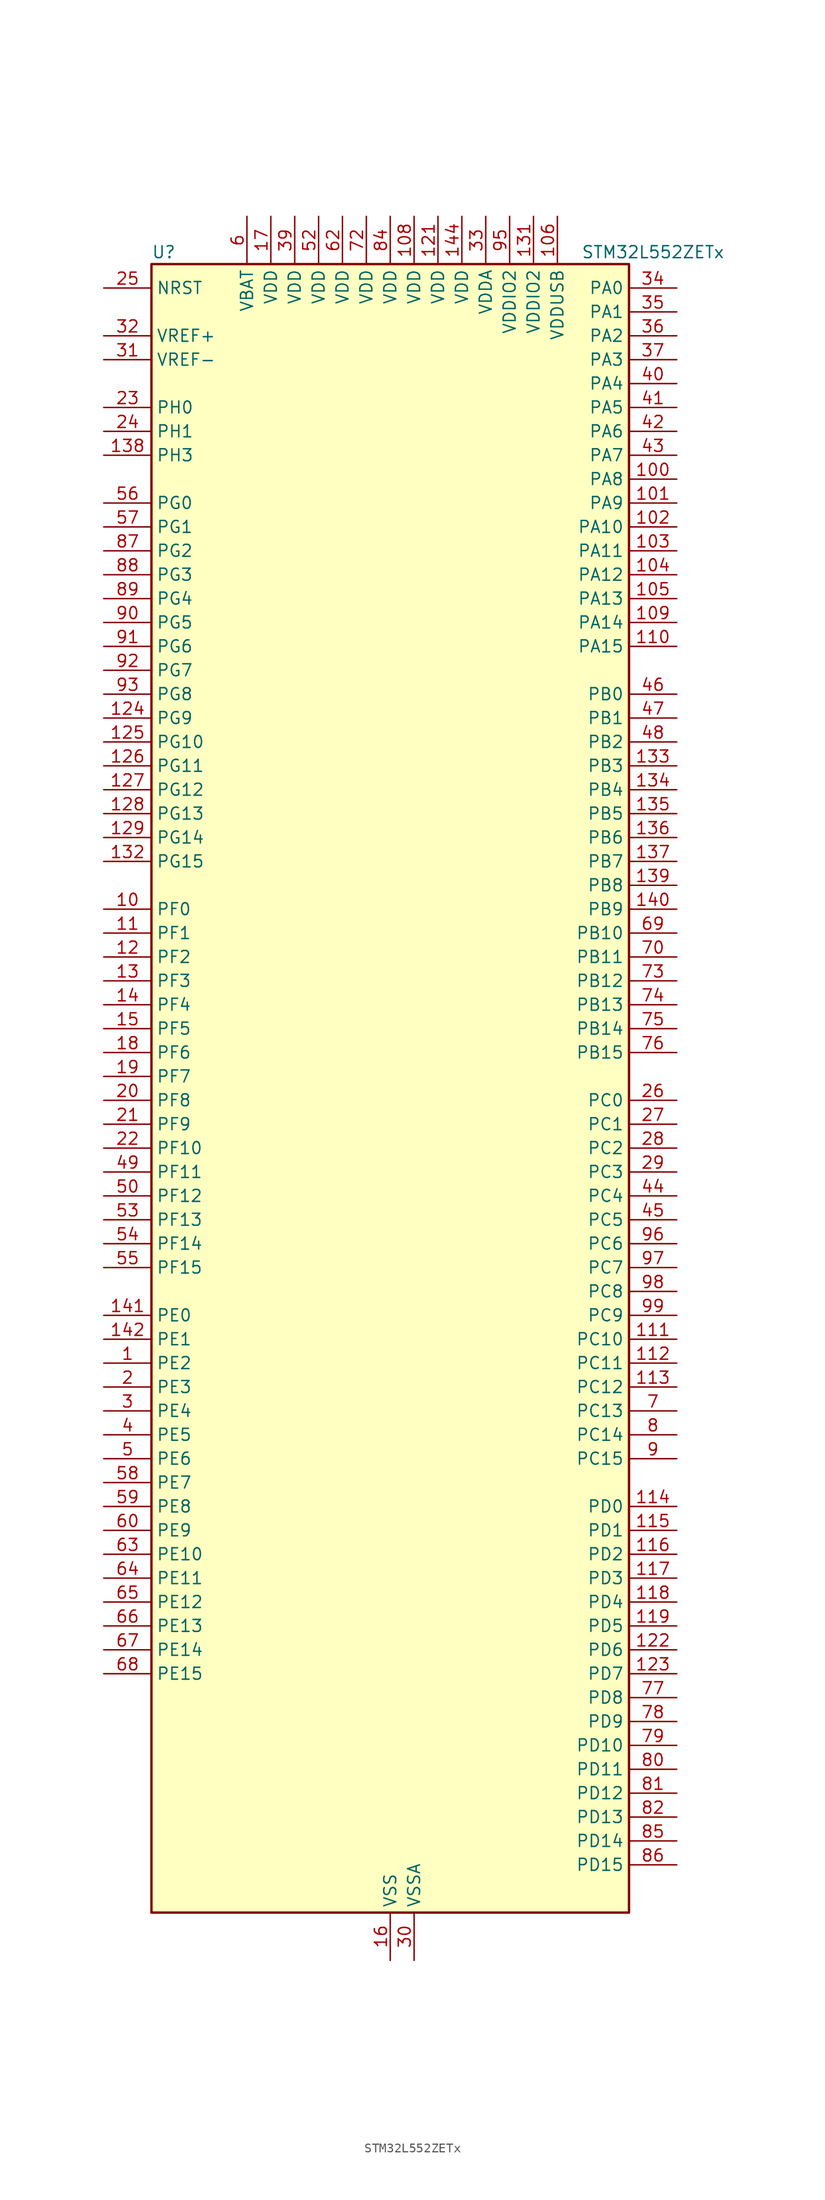
<source format=kicad_sym>
(kicad_symbol_lib
  (version 20231120)
  (generator "kicad_symbol_editor")
  (generator_version "8.0")
  (symbol "STM32L552ZETx"
    (property "Reference" "U"
      (at -25.4 90.17 0)
      (effects (font (size 1.27 1.27)) (justify left)))
    (property "Value" "STM32L552ZETx"
      (at 20.32 90.17 0)
      (effects (font (size 1.27 1.27)) (justify left)))
    (property "ki_locked" ""
      (at 0 0 0)
      (effects (font (size 1.27 1.27))))
    (symbol "STM32L552ZETx_0_1"
      (rectangle (start -25.4 -86.36) (end 25.4 88.9) (stroke (width 0.254) (type default)) (fill (type background))))
    (symbol "STM32L552ZETx_1_1"
      (pin bidirectional line (at -30.48 -27.94 0) (length 5.08) (name "PE2" (effects (font (size 1.27 1.27)))) (number "1" (effects (font (size 1.27 1.27)))) (alternate "DEBUG_TRACECLK" bidirectional line) (alternate "FMC_A23" bidirectional line) (alternate "SAI1_CK1" bidirectional line) (alternate "SAI1_MCLK_A" bidirectional line) (alternate "TIM3_ETR" bidirectional line) (alternate "TSC_G7_IO1" bidirectional line))
      (pin bidirectional line (at -30.48 20.32 0) (length 5.08) (name "PF0" (effects (font (size 1.27 1.27)))) (number "10" (effects (font (size 1.27 1.27)))) (alternate "FMC_A0" bidirectional line) (alternate "I2C2_SDA" bidirectional line))
      (pin bidirectional line (at 30.48 66.04 180) (length 5.08) (name "PA8" (effects (font (size 1.27 1.27)))) (number "100" (effects (font (size 1.27 1.27)))) (alternate "LPTIM2_OUT" bidirectional line) (alternate "RCC_MCO" bidirectional line) (alternate "SAI1_CK2" bidirectional line) (alternate "SAI1_SCK_A" bidirectional line) (alternate "TIM1_CH1" bidirectional line) (alternate "USART1_CK" bidirectional line))
      (pin bidirectional line (at 30.48 63.5 180) (length 5.08) (name "PA9" (effects (font (size 1.27 1.27)))) (number "101" (effects (font (size 1.27 1.27)))) (alternate "DAC1_EXTI9" bidirectional line) (alternate "SAI1_FS_A" bidirectional line) (alternate "SPI2_SCK" bidirectional line) (alternate "TIM15_BKIN" bidirectional line) (alternate "TIM1_CH2" bidirectional line) (alternate "USART1_TX" bidirectional line))
      (pin bidirectional line (at 30.48 60.96 180) (length 5.08) (name "PA10" (effects (font (size 1.27 1.27)))) (number "102" (effects (font (size 1.27 1.27)))) (alternate "CRS_SYNC" bidirectional line) (alternate "SAI1_D1" bidirectional line) (alternate "SAI1_SD_A" bidirectional line) (alternate "TIM17_BKIN" bidirectional line) (alternate "TIM1_CH3" bidirectional line) (alternate "USART1_RX" bidirectional line))
      (pin bidirectional line (at 30.48 58.42 180) (length 5.08) (name "PA11" (effects (font (size 1.27 1.27)))) (number "103" (effects (font (size 1.27 1.27)))) (alternate "ADC1_EXTI11" bidirectional line) (alternate "ADC2_EXTI11" bidirectional line) (alternate "FDCAN1_RX" bidirectional line) (alternate "SPI1_MISO" bidirectional line) (alternate "TIM1_BKIN2" bidirectional line) (alternate "TIM1_CH4" bidirectional line) (alternate "USART1_CTS" bidirectional line) (alternate "USART1_NSS" bidirectional line) (alternate "USB_DM" bidirectional line))
      (pin bidirectional line (at 30.48 55.88 180) (length 5.08) (name "PA12" (effects (font (size 1.27 1.27)))) (number "104" (effects (font (size 1.27 1.27)))) (alternate "FDCAN1_TX" bidirectional line) (alternate "SPI1_MOSI" bidirectional line) (alternate "TIM1_ETR" bidirectional line) (alternate "USART1_DE" bidirectional line) (alternate "USART1_RTS" bidirectional line) (alternate "USB_DP" bidirectional line))
      (pin bidirectional line (at 30.48 53.34 180) (length 5.08) (name "PA13" (effects (font (size 1.27 1.27)))) (number "105" (effects (font (size 1.27 1.27)))) (alternate "DEBUG_JTMS-SWDIO" bidirectional line) (alternate "IR_OUT" bidirectional line) (alternate "SAI1_SD_B" bidirectional line) (alternate "USB_NOE" bidirectional line))
      (pin power_in line (at 17.78 93.98 270) (length 5.08) (name "VDDUSB" (effects (font (size 1.27 1.27)))) (number "106" (effects (font (size 1.27 1.27)))))
      (pin passive line (at 0 -91.44 90) (length 5.08) hide (name "VSS" (effects (font (size 1.27 1.27)))) (number "107" (effects (font (size 1.27 1.27)))))
      (pin power_in line (at 2.54 93.98 270) (length 5.08) (name "VDD" (effects (font (size 1.27 1.27)))) (number "108" (effects (font (size 1.27 1.27)))))
      (pin bidirectional line (at 30.48 50.8 180) (length 5.08) (name "PA14" (effects (font (size 1.27 1.27)))) (number "109" (effects (font (size 1.27 1.27)))) (alternate "DEBUG_JTCK-SWCLK" bidirectional line) (alternate "I2C1_SMBA" bidirectional line) (alternate "I2C4_SMBA" bidirectional line) (alternate "LPTIM1_OUT" bidirectional line) (alternate "SAI1_FS_B" bidirectional line))
      (pin bidirectional line (at -30.48 17.78 0) (length 5.08) (name "PF1" (effects (font (size 1.27 1.27)))) (number "11" (effects (font (size 1.27 1.27)))) (alternate "FMC_A1" bidirectional line) (alternate "I2C2_SCL" bidirectional line))
      (pin bidirectional line (at 30.48 48.26 180) (length 5.08) (name "PA15" (effects (font (size 1.27 1.27)))) (number "110" (effects (font (size 1.27 1.27)))) (alternate "ADC1_EXTI15" bidirectional line) (alternate "ADC2_EXTI15" bidirectional line) (alternate "DEBUG_JTDI" bidirectional line) (alternate "SAI2_FS_B" bidirectional line) (alternate "SPI1_NSS" bidirectional line) (alternate "SPI3_NSS" bidirectional line) (alternate "TIM2_CH1" bidirectional line) (alternate "TIM2_ETR" bidirectional line) (alternate "UART4_DE" bidirectional line) (alternate "UART4_RTS" bidirectional line) (alternate "UCPD1_CC1" bidirectional line) (alternate "USART2_RX" bidirectional line) (alternate "USART3_DE" bidirectional line) (alternate "USART3_RTS" bidirectional line))
      (pin bidirectional line (at 30.48 -25.4 180) (length 5.08) (name "PC10" (effects (font (size 1.27 1.27)))) (number "111" (effects (font (size 1.27 1.27)))) (alternate "DEBUG_TRACED1" bidirectional line) (alternate "LPTIM3_ETR" bidirectional line) (alternate "SAI2_SCK_B" bidirectional line) (alternate "SDMMC1_D2" bidirectional line) (alternate "SPI3_SCK" bidirectional line) (alternate "TSC_G3_IO2" bidirectional line) (alternate "UART4_TX" bidirectional line) (alternate "USART3_TX" bidirectional line))
      (pin bidirectional line (at 30.48 -27.94 180) (length 5.08) (name "PC11" (effects (font (size 1.27 1.27)))) (number "112" (effects (font (size 1.27 1.27)))) (alternate "ADC1_EXTI11" bidirectional line) (alternate "ADC2_EXTI11" bidirectional line) (alternate "LPTIM3_IN1" bidirectional line) (alternate "OCTOSPI1_NCS" bidirectional line) (alternate "SAI2_MCLK_B" bidirectional line) (alternate "SDMMC1_D3" bidirectional line) (alternate "SPI3_MISO" bidirectional line) (alternate "TSC_G3_IO3" bidirectional line) (alternate "UART4_RX" bidirectional line) (alternate "UCPD1_FRSTX2" bidirectional line) (alternate "USART3_RX" bidirectional line))
      (pin bidirectional line (at 30.48 -30.48 180) (length 5.08) (name "PC12" (effects (font (size 1.27 1.27)))) (number "113" (effects (font (size 1.27 1.27)))) (alternate "DEBUG_TRACED3" bidirectional line) (alternate "SAI2_SD_B" bidirectional line) (alternate "SDMMC1_CK" bidirectional line) (alternate "SPI3_MOSI" bidirectional line) (alternate "TSC_G3_IO4" bidirectional line) (alternate "UART5_TX" bidirectional line) (alternate "USART3_CK" bidirectional line))
      (pin bidirectional line (at 30.48 -43.18 180) (length 5.08) (name "PD0" (effects (font (size 1.27 1.27)))) (number "114" (effects (font (size 1.27 1.27)))) (alternate "FDCAN1_RX" bidirectional line) (alternate "FMC_D2" bidirectional line) (alternate "FMC_DA2" bidirectional line) (alternate "SPI2_NSS" bidirectional line))
      (pin bidirectional line (at 30.48 -45.72 180) (length 5.08) (name "PD1" (effects (font (size 1.27 1.27)))) (number "115" (effects (font (size 1.27 1.27)))) (alternate "FDCAN1_TX" bidirectional line) (alternate "FMC_D3" bidirectional line) (alternate "FMC_DA3" bidirectional line) (alternate "SPI2_SCK" bidirectional line))
      (pin bidirectional line (at 30.48 -48.26 180) (length 5.08) (name "PD2" (effects (font (size 1.27 1.27)))) (number "116" (effects (font (size 1.27 1.27)))) (alternate "DEBUG_TRACED2" bidirectional line) (alternate "SDMMC1_CMD" bidirectional line) (alternate "TIM3_ETR" bidirectional line) (alternate "TSC_SYNC" bidirectional line) (alternate "UART5_RX" bidirectional line) (alternate "USART3_DE" bidirectional line) (alternate "USART3_RTS" bidirectional line))
      (pin bidirectional line (at 30.48 -50.8 180) (length 5.08) (name "PD3" (effects (font (size 1.27 1.27)))) (number "117" (effects (font (size 1.27 1.27)))) (alternate "DFSDM1_DATIN0" bidirectional line) (alternate "FMC_CLK" bidirectional line) (alternate "SPI2_MISO" bidirectional line) (alternate "SPI2_SCK" bidirectional line) (alternate "USART2_CTS" bidirectional line) (alternate "USART2_NSS" bidirectional line))
      (pin bidirectional line (at 30.48 -53.34 180) (length 5.08) (name "PD4" (effects (font (size 1.27 1.27)))) (number "118" (effects (font (size 1.27 1.27)))) (alternate "DFSDM1_CKIN0" bidirectional line) (alternate "FMC_NOE" bidirectional line) (alternate "OCTOSPI1_IO4" bidirectional line) (alternate "SPI2_MOSI" bidirectional line) (alternate "USART2_DE" bidirectional line) (alternate "USART2_RTS" bidirectional line))
      (pin bidirectional line (at 30.48 -55.88 180) (length 5.08) (name "PD5" (effects (font (size 1.27 1.27)))) (number "119" (effects (font (size 1.27 1.27)))) (alternate "FMC_NWE" bidirectional line) (alternate "OCTOSPI1_IO5" bidirectional line) (alternate "USART2_TX" bidirectional line))
      (pin bidirectional line (at -30.48 15.24 0) (length 5.08) (name "PF2" (effects (font (size 1.27 1.27)))) (number "12" (effects (font (size 1.27 1.27)))) (alternate "FMC_A2" bidirectional line) (alternate "I2C2_SMBA" bidirectional line))
      (pin passive line (at 0 -91.44 90) (length 5.08) hide (name "VSS" (effects (font (size 1.27 1.27)))) (number "120" (effects (font (size 1.27 1.27)))))
      (pin power_in line (at 5.08 93.98 270) (length 5.08) (name "VDD" (effects (font (size 1.27 1.27)))) (number "121" (effects (font (size 1.27 1.27)))))
      (pin bidirectional line (at 30.48 -58.42 180) (length 5.08) (name "PD6" (effects (font (size 1.27 1.27)))) (number "122" (effects (font (size 1.27 1.27)))) (alternate "DFSDM1_DATIN1" bidirectional line) (alternate "FMC_NWAIT" bidirectional line) (alternate "OCTOSPI1_IO6" bidirectional line) (alternate "SAI1_D1" bidirectional line) (alternate "SAI1_SD_A" bidirectional line) (alternate "SPI3_MOSI" bidirectional line) (alternate "USART2_RX" bidirectional line))
      (pin bidirectional line (at 30.48 -60.96 180) (length 5.08) (name "PD7" (effects (font (size 1.27 1.27)))) (number "123" (effects (font (size 1.27 1.27)))) (alternate "DFSDM1_CKIN1" bidirectional line) (alternate "FMC_NCE" bidirectional line) (alternate "FMC_NE1" bidirectional line) (alternate "OCTOSPI1_IO7" bidirectional line) (alternate "USART2_CK" bidirectional line))
      (pin bidirectional line (at -30.48 40.64 0) (length 5.08) (name "PG9" (effects (font (size 1.27 1.27)))) (number "124" (effects (font (size 1.27 1.27)))) (alternate "DAC1_EXTI9" bidirectional line) (alternate "FMC_NCE" bidirectional line) (alternate "FMC_NE2" bidirectional line) (alternate "SAI2_SCK_A" bidirectional line) (alternate "SPI3_SCK" bidirectional line) (alternate "TIM15_CH1N" bidirectional line) (alternate "USART1_TX" bidirectional line))
      (pin bidirectional line (at -30.48 38.1 0) (length 5.08) (name "PG10" (effects (font (size 1.27 1.27)))) (number "125" (effects (font (size 1.27 1.27)))) (alternate "FMC_NE3" bidirectional line) (alternate "LPTIM1_IN1" bidirectional line) (alternate "SAI2_FS_A" bidirectional line) (alternate "SPI3_MISO" bidirectional line) (alternate "TIM15_CH1" bidirectional line) (alternate "USART1_RX" bidirectional line))
      (pin bidirectional line (at -30.48 35.56 0) (length 5.08) (name "PG11" (effects (font (size 1.27 1.27)))) (number "126" (effects (font (size 1.27 1.27)))) (alternate "ADC1_EXTI11" bidirectional line) (alternate "ADC2_EXTI11" bidirectional line) (alternate "LPTIM1_IN2" bidirectional line) (alternate "OCTOSPI1_IO5" bidirectional line) (alternate "SAI2_MCLK_A" bidirectional line) (alternate "SPI3_MOSI" bidirectional line) (alternate "TIM15_CH2" bidirectional line) (alternate "USART1_CTS" bidirectional line) (alternate "USART1_NSS" bidirectional line))
      (pin bidirectional line (at -30.48 33.02 0) (length 5.08) (name "PG12" (effects (font (size 1.27 1.27)))) (number "127" (effects (font (size 1.27 1.27)))) (alternate "FMC_NE4" bidirectional line) (alternate "LPTIM1_ETR" bidirectional line) (alternate "SAI2_SD_A" bidirectional line) (alternate "SPI3_NSS" bidirectional line) (alternate "USART1_DE" bidirectional line) (alternate "USART1_RTS" bidirectional line))
      (pin bidirectional line (at -30.48 30.48 0) (length 5.08) (name "PG13" (effects (font (size 1.27 1.27)))) (number "128" (effects (font (size 1.27 1.27)))) (alternate "FMC_A24" bidirectional line) (alternate "I2C1_SDA" bidirectional line) (alternate "USART1_CK" bidirectional line))
      (pin bidirectional line (at -30.48 27.94 0) (length 5.08) (name "PG14" (effects (font (size 1.27 1.27)))) (number "129" (effects (font (size 1.27 1.27)))) (alternate "FMC_A25" bidirectional line) (alternate "I2C1_SCL" bidirectional line))
      (pin bidirectional line (at -30.48 12.7 0) (length 5.08) (name "PF3" (effects (font (size 1.27 1.27)))) (number "13" (effects (font (size 1.27 1.27)))) (alternate "FMC_A3" bidirectional line) (alternate "LPTIM3_IN1" bidirectional line))
      (pin passive line (at 0 -91.44 90) (length 5.08) hide (name "VSS" (effects (font (size 1.27 1.27)))) (number "130" (effects (font (size 1.27 1.27)))))
      (pin power_in line (at 15.24 93.98 270) (length 5.08) (name "VDDIO2" (effects (font (size 1.27 1.27)))) (number "131" (effects (font (size 1.27 1.27)))))
      (pin bidirectional line (at -30.48 25.4 0) (length 5.08) (name "PG15" (effects (font (size 1.27 1.27)))) (number "132" (effects (font (size 1.27 1.27)))) (alternate "ADC1_EXTI15" bidirectional line) (alternate "ADC2_EXTI15" bidirectional line) (alternate "I2C1_SMBA" bidirectional line) (alternate "LPTIM1_OUT" bidirectional line))
      (pin bidirectional line (at 30.48 35.56 180) (length 5.08) (name "PB3" (effects (font (size 1.27 1.27)))) (number "133" (effects (font (size 1.27 1.27)))) (alternate "COMP2_INM" bidirectional line) (alternate "CRS_SYNC" bidirectional line) (alternate "DEBUG_JTDO-SWO" bidirectional line) (alternate "SAI1_SCK_B" bidirectional line) (alternate "SPI1_SCK" bidirectional line) (alternate "SPI3_SCK" bidirectional line) (alternate "TIM2_CH2" bidirectional line) (alternate "USART1_DE" bidirectional line) (alternate "USART1_RTS" bidirectional line))
      (pin bidirectional line (at 30.48 33.02 180) (length 5.08) (name "PB4" (effects (font (size 1.27 1.27)))) (number "134" (effects (font (size 1.27 1.27)))) (alternate "COMP2_INP" bidirectional line) (alternate "DEBUG_JTRST" bidirectional line) (alternate "I2C3_SDA" bidirectional line) (alternate "SAI1_MCLK_B" bidirectional line) (alternate "SPI1_MISO" bidirectional line) (alternate "SPI3_MISO" bidirectional line) (alternate "TIM17_BKIN" bidirectional line) (alternate "TIM3_CH1" bidirectional line) (alternate "TSC_G2_IO1" bidirectional line) (alternate "UART5_DE" bidirectional line) (alternate "UART5_RTS" bidirectional line) (alternate "USART1_CTS" bidirectional line) (alternate "USART1_NSS" bidirectional line))
      (pin bidirectional line (at 30.48 30.48 180) (length 5.08) (name "PB5" (effects (font (size 1.27 1.27)))) (number "135" (effects (font (size 1.27 1.27)))) (alternate "COMP2_OUT" bidirectional line) (alternate "I2C1_SMBA" bidirectional line) (alternate "LPTIM1_IN1" bidirectional line) (alternate "OCTOSPI1_NCLK" bidirectional line) (alternate "SAI1_SD_B" bidirectional line) (alternate "SPI1_MOSI" bidirectional line) (alternate "SPI3_MOSI" bidirectional line) (alternate "TIM16_BKIN" bidirectional line) (alternate "TIM3_CH2" bidirectional line) (alternate "TSC_G2_IO2" bidirectional line) (alternate "UART5_CTS" bidirectional line) (alternate "UCPD1_DBCC1" bidirectional line) (alternate "USART1_CK" bidirectional line))
      (pin bidirectional line (at 30.48 27.94 180) (length 5.08) (name "PB6" (effects (font (size 1.27 1.27)))) (number "136" (effects (font (size 1.27 1.27)))) (alternate "COMP2_INP" bidirectional line) (alternate "I2C1_SCL" bidirectional line) (alternate "I2C4_SCL" bidirectional line) (alternate "LPTIM1_ETR" bidirectional line) (alternate "SAI1_FS_B" bidirectional line) (alternate "TIM16_CH1N" bidirectional line) (alternate "TIM4_CH1" bidirectional line) (alternate "TIM8_BKIN2" bidirectional line) (alternate "TSC_G2_IO3" bidirectional line) (alternate "USART1_TX" bidirectional line))
      (pin bidirectional line (at 30.48 25.4 180) (length 5.08) (name "PB7" (effects (font (size 1.27 1.27)))) (number "137" (effects (font (size 1.27 1.27)))) (alternate "COMP2_INM" bidirectional line) (alternate "FMC_NL" bidirectional line) (alternate "I2C1_SDA" bidirectional line) (alternate "I2C4_SDA" bidirectional line) (alternate "LPTIM1_IN2" bidirectional line) (alternate "PWR_PVD_IN" bidirectional line) (alternate "TIM17_CH1N" bidirectional line) (alternate "TIM4_CH2" bidirectional line) (alternate "TIM8_BKIN" bidirectional line) (alternate "TSC_G2_IO4" bidirectional line) (alternate "UART4_CTS" bidirectional line) (alternate "USART1_RX" bidirectional line))
      (pin bidirectional line (at -30.48 68.58 0) (length 5.08) (name "PH3" (effects (font (size 1.27 1.27)))) (number "138" (effects (font (size 1.27 1.27)))))
      (pin bidirectional line (at 30.48 22.86 180) (length 5.08) (name "PB8" (effects (font (size 1.27 1.27)))) (number "139" (effects (font (size 1.27 1.27)))) (alternate "DFSDM1_CKOUT" bidirectional line) (alternate "FDCAN1_RX" bidirectional line) (alternate "I2C1_SCL" bidirectional line) (alternate "SAI1_CK1" bidirectional line) (alternate "SAI1_MCLK_A" bidirectional line) (alternate "SDMMC1_CKIN" bidirectional line) (alternate "SDMMC1_D4" bidirectional line) (alternate "TIM16_CH1" bidirectional line) (alternate "TIM4_CH3" bidirectional line))
      (pin bidirectional line (at -30.48 10.16 0) (length 5.08) (name "PF4" (effects (font (size 1.27 1.27)))) (number "14" (effects (font (size 1.27 1.27)))) (alternate "FMC_A4" bidirectional line) (alternate "LPTIM3_ETR" bidirectional line))
      (pin bidirectional line (at 30.48 20.32 180) (length 5.08) (name "PB9" (effects (font (size 1.27 1.27)))) (number "140" (effects (font (size 1.27 1.27)))) (alternate "DAC1_EXTI9" bidirectional line) (alternate "FDCAN1_TX" bidirectional line) (alternate "I2C1_SDA" bidirectional line) (alternate "IR_OUT" bidirectional line) (alternate "SAI1_D2" bidirectional line) (alternate "SAI1_FS_A" bidirectional line) (alternate "SDMMC1_CDIR" bidirectional line) (alternate "SDMMC1_D5" bidirectional line) (alternate "SPI2_NSS" bidirectional line) (alternate "TIM17_CH1" bidirectional line) (alternate "TIM4_CH4" bidirectional line))
      (pin bidirectional line (at -30.48 -22.86 0) (length 5.08) (name "PE0" (effects (font (size 1.27 1.27)))) (number "141" (effects (font (size 1.27 1.27)))) (alternate "FMC_NBL0" bidirectional line) (alternate "TIM16_CH1" bidirectional line) (alternate "TIM4_ETR" bidirectional line))
      (pin bidirectional line (at -30.48 -25.4 0) (length 5.08) (name "PE1" (effects (font (size 1.27 1.27)))) (number "142" (effects (font (size 1.27 1.27)))) (alternate "FMC_NBL1" bidirectional line) (alternate "TIM17_CH1" bidirectional line))
      (pin passive line (at 0 -91.44 90) (length 5.08) hide (name "VSS" (effects (font (size 1.27 1.27)))) (number "143" (effects (font (size 1.27 1.27)))))
      (pin power_in line (at 7.62 93.98 270) (length 5.08) (name "VDD" (effects (font (size 1.27 1.27)))) (number "144" (effects (font (size 1.27 1.27)))))
      (pin bidirectional line (at -30.48 7.62 0) (length 5.08) (name "PF5" (effects (font (size 1.27 1.27)))) (number "15" (effects (font (size 1.27 1.27)))) (alternate "FMC_A5" bidirectional line) (alternate "LPTIM3_OUT" bidirectional line))
      (pin power_in line (at 0 -91.44 90) (length 5.08) (name "VSS" (effects (font (size 1.27 1.27)))) (number "16" (effects (font (size 1.27 1.27)))))
      (pin power_in line (at -12.7 93.98 270) (length 5.08) (name "VDD" (effects (font (size 1.27 1.27)))) (number "17" (effects (font (size 1.27 1.27)))))
      (pin bidirectional line (at -30.48 5.08 0) (length 5.08) (name "PF6" (effects (font (size 1.27 1.27)))) (number "18" (effects (font (size 1.27 1.27)))) (alternate "OCTOSPI1_IO3" bidirectional line) (alternate "SAI1_SD_B" bidirectional line) (alternate "TIM5_CH1" bidirectional line) (alternate "TIM5_ETR" bidirectional line))
      (pin bidirectional line (at -30.48 2.54 0) (length 5.08) (name "PF7" (effects (font (size 1.27 1.27)))) (number "19" (effects (font (size 1.27 1.27)))) (alternate "OCTOSPI1_IO2" bidirectional line) (alternate "SAI1_MCLK_B" bidirectional line) (alternate "TAMP_IN6" bidirectional line) (alternate "TAMP_OUT3" bidirectional line) (alternate "TIM5_CH2" bidirectional line))
      (pin bidirectional line (at -30.48 -30.48 0) (length 5.08) (name "PE3" (effects (font (size 1.27 1.27)))) (number "2" (effects (font (size 1.27 1.27)))) (alternate "DEBUG_TRACED0" bidirectional line) (alternate "FMC_A19" bidirectional line) (alternate "OCTOSPI1_DQS" bidirectional line) (alternate "SAI1_SD_B" bidirectional line) (alternate "TIM3_CH1" bidirectional line) (alternate "TSC_G7_IO2" bidirectional line))
      (pin bidirectional line (at -30.48 0 0) (length 5.08) (name "PF8" (effects (font (size 1.27 1.27)))) (number "20" (effects (font (size 1.27 1.27)))) (alternate "OCTOSPI1_IO0" bidirectional line) (alternate "SAI1_SCK_B" bidirectional line) (alternate "TAMP_IN7" bidirectional line) (alternate "TAMP_OUT8" bidirectional line) (alternate "TIM5_CH3" bidirectional line))
      (pin bidirectional line (at -30.48 -2.54 0) (length 5.08) (name "PF9" (effects (font (size 1.27 1.27)))) (number "21" (effects (font (size 1.27 1.27)))) (alternate "DAC1_EXTI9" bidirectional line) (alternate "OCTOSPI1_IO1" bidirectional line) (alternate "SAI1_FS_B" bidirectional line) (alternate "TAMP_IN8" bidirectional line) (alternate "TAMP_OUT7" bidirectional line) (alternate "TIM15_CH1" bidirectional line) (alternate "TIM5_CH4" bidirectional line))
      (pin bidirectional line (at -30.48 -5.08 0) (length 5.08) (name "PF10" (effects (font (size 1.27 1.27)))) (number "22" (effects (font (size 1.27 1.27)))) (alternate "DFSDM1_CKOUT" bidirectional line) (alternate "OCTOSPI1_CLK" bidirectional line) (alternate "SAI1_D3" bidirectional line) (alternate "TIM15_CH2" bidirectional line))
      (pin bidirectional line (at -30.48 73.66 0) (length 5.08) (name "PH0" (effects (font (size 1.27 1.27)))) (number "23" (effects (font (size 1.27 1.27)))) (alternate "RCC_OSC_IN" bidirectional line))
      (pin bidirectional line (at -30.48 71.12 0) (length 5.08) (name "PH1" (effects (font (size 1.27 1.27)))) (number "24" (effects (font (size 1.27 1.27)))) (alternate "RCC_OSC_OUT" bidirectional line))
      (pin input line (at -30.48 86.36 0) (length 5.08) (name "NRST" (effects (font (size 1.27 1.27)))) (number "25" (effects (font (size 1.27 1.27)))))
      (pin bidirectional line (at 30.48 0 180) (length 5.08) (name "PC0" (effects (font (size 1.27 1.27)))) (number "26" (effects (font (size 1.27 1.27)))) (alternate "ADC1_IN1" bidirectional line) (alternate "ADC2_IN1" bidirectional line) (alternate "I2C3_SCL" bidirectional line) (alternate "LPTIM1_IN1" bidirectional line) (alternate "LPTIM2_IN1" bidirectional line) (alternate "LPUART1_RX" bidirectional line) (alternate "OCTOSPI1_IO7" bidirectional line) (alternate "SAI2_FS_A" bidirectional line) (alternate "SDMMC1_D5" bidirectional line))
      (pin bidirectional line (at 30.48 -2.54 180) (length 5.08) (name "PC1" (effects (font (size 1.27 1.27)))) (number "27" (effects (font (size 1.27 1.27)))) (alternate "ADC1_IN2" bidirectional line) (alternate "ADC2_IN2" bidirectional line) (alternate "DEBUG_TRACED0" bidirectional line) (alternate "I2C3_SDA" bidirectional line) (alternate "LPTIM1_OUT" bidirectional line) (alternate "LPUART1_TX" bidirectional line) (alternate "OCTOSPI1_IO4" bidirectional line) (alternate "SAI1_SD_A" bidirectional line) (alternate "SPI2_MOSI" bidirectional line))
      (pin bidirectional line (at 30.48 -5.08 180) (length 5.08) (name "PC2" (effects (font (size 1.27 1.27)))) (number "28" (effects (font (size 1.27 1.27)))) (alternate "ADC1_IN3" bidirectional line) (alternate "ADC2_IN3" bidirectional line) (alternate "DFSDM1_CKOUT" bidirectional line) (alternate "LPTIM1_IN2" bidirectional line) (alternate "OCTOSPI1_IO5" bidirectional line) (alternate "SPI2_MISO" bidirectional line))
      (pin bidirectional line (at 30.48 -7.62 180) (length 5.08) (name "PC3" (effects (font (size 1.27 1.27)))) (number "29" (effects (font (size 1.27 1.27)))) (alternate "ADC1_IN4" bidirectional line) (alternate "ADC2_IN4" bidirectional line) (alternate "LPTIM1_ETR" bidirectional line) (alternate "LPTIM2_ETR" bidirectional line) (alternate "LPTIM3_OUT" bidirectional line) (alternate "OCTOSPI1_IO6" bidirectional line) (alternate "SAI1_D1" bidirectional line) (alternate "SAI1_SD_A" bidirectional line) (alternate "SPI2_MOSI" bidirectional line))
      (pin bidirectional line (at -30.48 -33.02 0) (length 5.08) (name "PE4" (effects (font (size 1.27 1.27)))) (number "3" (effects (font (size 1.27 1.27)))) (alternate "DEBUG_TRACED1" bidirectional line) (alternate "DFSDM1_DATIN3" bidirectional line) (alternate "FMC_A20" bidirectional line) (alternate "SAI1_D2" bidirectional line) (alternate "SAI1_FS_A" bidirectional line) (alternate "TIM3_CH2" bidirectional line) (alternate "TSC_G7_IO3" bidirectional line))
      (pin power_in line (at 2.54 -91.44 90) (length 5.08) (name "VSSA" (effects (font (size 1.27 1.27)))) (number "30" (effects (font (size 1.27 1.27)))))
      (pin input line (at -30.48 78.74 0) (length 5.08) (name "VREF-" (effects (font (size 1.27 1.27)))) (number "31" (effects (font (size 1.27 1.27)))))
      (pin input line (at -30.48 81.28 0) (length 5.08) (name "VREF+" (effects (font (size 1.27 1.27)))) (number "32" (effects (font (size 1.27 1.27)))) (alternate "VREFBUF_OUT" bidirectional line))
      (pin power_in line (at 10.16 93.98 270) (length 5.08) (name "VDDA" (effects (font (size 1.27 1.27)))) (number "33" (effects (font (size 1.27 1.27)))))
      (pin bidirectional line (at 30.48 86.36 180) (length 5.08) (name "PA0" (effects (font (size 1.27 1.27)))) (number "34" (effects (font (size 1.27 1.27)))) (alternate "ADC1_IN5" bidirectional line) (alternate "ADC2_IN5" bidirectional line) (alternate "OPAMP1_VINP" bidirectional line) (alternate "PWR_WKUP1" bidirectional line) (alternate "SAI1_EXTCLK" bidirectional line) (alternate "TAMP_IN2" bidirectional line) (alternate "TAMP_OUT1" bidirectional line) (alternate "TIM2_CH1" bidirectional line) (alternate "TIM2_ETR" bidirectional line) (alternate "TIM5_CH1" bidirectional line) (alternate "TIM8_ETR" bidirectional line) (alternate "UART4_TX" bidirectional line) (alternate "USART2_CTS" bidirectional line) (alternate "USART2_NSS" bidirectional line))
      (pin bidirectional line (at 30.48 83.82 180) (length 5.08) (name "PA1" (effects (font (size 1.27 1.27)))) (number "35" (effects (font (size 1.27 1.27)))) (alternate "ADC1_IN6" bidirectional line) (alternate "ADC2_IN6" bidirectional line) (alternate "I2C1_SMBA" bidirectional line) (alternate "OCTOSPI1_DQS" bidirectional line) (alternate "OPAMP1_VINM" bidirectional line) (alternate "SPI1_SCK" bidirectional line) (alternate "TAMP_IN5" bidirectional line) (alternate "TAMP_OUT4" bidirectional line) (alternate "TIM15_CH1N" bidirectional line) (alternate "TIM2_CH2" bidirectional line) (alternate "TIM5_CH2" bidirectional line) (alternate "UART4_RX" bidirectional line) (alternate "USART2_DE" bidirectional line) (alternate "USART2_RTS" bidirectional line))
      (pin bidirectional line (at 30.48 81.28 180) (length 5.08) (name "PA2" (effects (font (size 1.27 1.27)))) (number "36" (effects (font (size 1.27 1.27)))) (alternate "ADC1_IN7" bidirectional line) (alternate "ADC2_IN7" bidirectional line) (alternate "COMP1_INP" bidirectional line) (alternate "LPUART1_TX" bidirectional line) (alternate "OCTOSPI1_NCS" bidirectional line) (alternate "PWR_WKUP4" bidirectional line) (alternate "RCC_LSCO" bidirectional line) (alternate "SAI2_EXTCLK" bidirectional line) (alternate "TIM15_CH1" bidirectional line) (alternate "TIM2_CH3" bidirectional line) (alternate "TIM5_CH3" bidirectional line) (alternate "UCPD1_FRSTX1" bidirectional line) (alternate "USART2_TX" bidirectional line))
      (pin bidirectional line (at 30.48 78.74 180) (length 5.08) (name "PA3" (effects (font (size 1.27 1.27)))) (number "37" (effects (font (size 1.27 1.27)))) (alternate "ADC1_IN8" bidirectional line) (alternate "ADC2_IN8" bidirectional line) (alternate "LPUART1_RX" bidirectional line) (alternate "OCTOSPI1_CLK" bidirectional line) (alternate "OPAMP1_VOUT" bidirectional line) (alternate "SAI1_CK1" bidirectional line) (alternate "SAI1_MCLK_A" bidirectional line) (alternate "TIM15_CH2" bidirectional line) (alternate "TIM2_CH4" bidirectional line) (alternate "TIM5_CH4" bidirectional line) (alternate "USART2_RX" bidirectional line))
      (pin passive line (at 0 -91.44 90) (length 5.08) hide (name "VSS" (effects (font (size 1.27 1.27)))) (number "38" (effects (font (size 1.27 1.27)))))
      (pin power_in line (at -10.16 93.98 270) (length 5.08) (name "VDD" (effects (font (size 1.27 1.27)))) (number "39" (effects (font (size 1.27 1.27)))))
      (pin bidirectional line (at -30.48 -35.56 0) (length 5.08) (name "PE5" (effects (font (size 1.27 1.27)))) (number "4" (effects (font (size 1.27 1.27)))) (alternate "DEBUG_TRACED2" bidirectional line) (alternate "DFSDM1_CKIN3" bidirectional line) (alternate "FMC_A21" bidirectional line) (alternate "SAI1_CK2" bidirectional line) (alternate "SAI1_SCK_A" bidirectional line) (alternate "TIM3_CH3" bidirectional line) (alternate "TSC_G7_IO4" bidirectional line))
      (pin bidirectional line (at 30.48 76.2 180) (length 5.08) (name "PA4" (effects (font (size 1.27 1.27)))) (number "40" (effects (font (size 1.27 1.27)))) (alternate "ADC1_IN9" bidirectional line) (alternate "ADC2_IN9" bidirectional line) (alternate "DAC1_OUT1" bidirectional line) (alternate "LPTIM2_OUT" bidirectional line) (alternate "OCTOSPI1_NCS" bidirectional line) (alternate "SAI1_FS_B" bidirectional line) (alternate "SPI1_NSS" bidirectional line) (alternate "SPI3_NSS" bidirectional line) (alternate "USART2_CK" bidirectional line))
      (pin bidirectional line (at 30.48 73.66 180) (length 5.08) (name "PA5" (effects (font (size 1.27 1.27)))) (number "41" (effects (font (size 1.27 1.27)))) (alternate "ADC1_IN10" bidirectional line) (alternate "ADC2_IN10" bidirectional line) (alternate "DAC1_OUT2" bidirectional line) (alternate "LPTIM2_ETR" bidirectional line) (alternate "SPI1_SCK" bidirectional line) (alternate "TIM2_CH1" bidirectional line) (alternate "TIM2_ETR" bidirectional line) (alternate "TIM8_CH1N" bidirectional line))
      (pin bidirectional line (at 30.48 71.12 180) (length 5.08) (name "PA6" (effects (font (size 1.27 1.27)))) (number "42" (effects (font (size 1.27 1.27)))) (alternate "ADC1_IN11" bidirectional line) (alternate "ADC2_IN11" bidirectional line) (alternate "LPUART1_CTS" bidirectional line) (alternate "OCTOSPI1_IO3" bidirectional line) (alternate "OPAMP2_VINP" bidirectional line) (alternate "SPI1_MISO" bidirectional line) (alternate "TIM16_CH1" bidirectional line) (alternate "TIM1_BKIN" bidirectional line) (alternate "TIM3_CH1" bidirectional line) (alternate "TIM8_BKIN" bidirectional line) (alternate "USART3_CTS" bidirectional line) (alternate "USART3_NSS" bidirectional line))
      (pin bidirectional line (at 30.48 68.58 180) (length 5.08) (name "PA7" (effects (font (size 1.27 1.27)))) (number "43" (effects (font (size 1.27 1.27)))) (alternate "ADC1_IN12" bidirectional line) (alternate "ADC2_IN12" bidirectional line) (alternate "I2C3_SCL" bidirectional line) (alternate "OCTOSPI1_IO2" bidirectional line) (alternate "OPAMP2_VINM" bidirectional line) (alternate "SPI1_MOSI" bidirectional line) (alternate "TIM17_CH1" bidirectional line) (alternate "TIM1_CH1N" bidirectional line) (alternate "TIM3_CH2" bidirectional line) (alternate "TIM8_CH1N" bidirectional line))
      (pin bidirectional line (at 30.48 -10.16 180) (length 5.08) (name "PC4" (effects (font (size 1.27 1.27)))) (number "44" (effects (font (size 1.27 1.27)))) (alternate "ADC1_IN13" bidirectional line) (alternate "ADC2_IN13" bidirectional line) (alternate "COMP1_INM" bidirectional line) (alternate "OCTOSPI1_IO7" bidirectional line) (alternate "USART3_TX" bidirectional line))
      (pin bidirectional line (at 30.48 -12.7 180) (length 5.08) (name "PC5" (effects (font (size 1.27 1.27)))) (number "45" (effects (font (size 1.27 1.27)))) (alternate "ADC1_IN14" bidirectional line) (alternate "ADC2_IN14" bidirectional line) (alternate "COMP1_INP" bidirectional line) (alternate "PWR_WKUP5" bidirectional line) (alternate "SAI1_D3" bidirectional line) (alternate "TAMP_IN4" bidirectional line) (alternate "TAMP_OUT5" bidirectional line) (alternate "USART3_RX" bidirectional line))
      (pin bidirectional line (at 30.48 43.18 180) (length 5.08) (name "PB0" (effects (font (size 1.27 1.27)))) (number "46" (effects (font (size 1.27 1.27)))) (alternate "ADC1_IN15" bidirectional line) (alternate "ADC2_IN15" bidirectional line) (alternate "COMP1_OUT" bidirectional line) (alternate "OCTOSPI1_IO1" bidirectional line) (alternate "OPAMP2_VOUT" bidirectional line) (alternate "SAI1_EXTCLK" bidirectional line) (alternate "SPI1_NSS" bidirectional line) (alternate "TIM1_CH2N" bidirectional line) (alternate "TIM3_CH3" bidirectional line) (alternate "TIM8_CH2N" bidirectional line) (alternate "USART3_CK" bidirectional line))
      (pin bidirectional line (at 30.48 40.64 180) (length 5.08) (name "PB1" (effects (font (size 1.27 1.27)))) (number "47" (effects (font (size 1.27 1.27)))) (alternate "ADC1_IN16" bidirectional line) (alternate "ADC2_IN16" bidirectional line) (alternate "COMP1_INM" bidirectional line) (alternate "DFSDM1_DATIN0" bidirectional line) (alternate "LPTIM2_IN1" bidirectional line) (alternate "LPUART1_DE" bidirectional line) (alternate "LPUART1_RTS" bidirectional line) (alternate "OCTOSPI1_IO0" bidirectional line) (alternate "TIM1_CH3N" bidirectional line) (alternate "TIM3_CH4" bidirectional line) (alternate "TIM8_CH3N" bidirectional line) (alternate "USART3_DE" bidirectional line) (alternate "USART3_RTS" bidirectional line))
      (pin bidirectional line (at 30.48 38.1 180) (length 5.08) (name "PB2" (effects (font (size 1.27 1.27)))) (number "48" (effects (font (size 1.27 1.27)))) (alternate "COMP1_INP" bidirectional line) (alternate "DFSDM1_CKIN0" bidirectional line) (alternate "I2C3_SMBA" bidirectional line) (alternate "LPTIM1_OUT" bidirectional line) (alternate "OCTOSPI1_DQS" bidirectional line) (alternate "RTC_OUT2" bidirectional line) (alternate "UCPD1_FRSTX1" bidirectional line))
      (pin bidirectional line (at -30.48 -7.62 0) (length 5.08) (name "PF11" (effects (font (size 1.27 1.27)))) (number "49" (effects (font (size 1.27 1.27)))) (alternate "ADC1_EXTI11" bidirectional line) (alternate "ADC2_EXTI11" bidirectional line) (alternate "OCTOSPI1_NCLK" bidirectional line))
      (pin bidirectional line (at -30.48 -38.1 0) (length 5.08) (name "PE6" (effects (font (size 1.27 1.27)))) (number "5" (effects (font (size 1.27 1.27)))) (alternate "DEBUG_TRACED3" bidirectional line) (alternate "FMC_A22" bidirectional line) (alternate "PWR_WKUP3" bidirectional line) (alternate "SAI1_D1" bidirectional line) (alternate "SAI1_SD_A" bidirectional line) (alternate "TAMP_IN3" bidirectional line) (alternate "TAMP_OUT6" bidirectional line) (alternate "TIM3_CH4" bidirectional line))
      (pin bidirectional line (at -30.48 -10.16 0) (length 5.08) (name "PF12" (effects (font (size 1.27 1.27)))) (number "50" (effects (font (size 1.27 1.27)))) (alternate "FMC_A6" bidirectional line))
      (pin passive line (at 0 -91.44 90) (length 5.08) hide (name "VSS" (effects (font (size 1.27 1.27)))) (number "51" (effects (font (size 1.27 1.27)))))
      (pin power_in line (at -7.62 93.98 270) (length 5.08) (name "VDD" (effects (font (size 1.27 1.27)))) (number "52" (effects (font (size 1.27 1.27)))))
      (pin bidirectional line (at -30.48 -12.7 0) (length 5.08) (name "PF13" (effects (font (size 1.27 1.27)))) (number "53" (effects (font (size 1.27 1.27)))) (alternate "FMC_A7" bidirectional line) (alternate "I2C4_SMBA" bidirectional line))
      (pin bidirectional line (at -30.48 -15.24 0) (length 5.08) (name "PF14" (effects (font (size 1.27 1.27)))) (number "54" (effects (font (size 1.27 1.27)))) (alternate "FMC_A8" bidirectional line) (alternate "I2C4_SCL" bidirectional line) (alternate "TSC_G8_IO1" bidirectional line))
      (pin bidirectional line (at -30.48 -17.78 0) (length 5.08) (name "PF15" (effects (font (size 1.27 1.27)))) (number "55" (effects (font (size 1.27 1.27)))) (alternate "ADC1_EXTI15" bidirectional line) (alternate "ADC2_EXTI15" bidirectional line) (alternate "FMC_A9" bidirectional line) (alternate "I2C4_SDA" bidirectional line) (alternate "TSC_G8_IO2" bidirectional line))
      (pin bidirectional line (at -30.48 63.5 0) (length 5.08) (name "PG0" (effects (font (size 1.27 1.27)))) (number "56" (effects (font (size 1.27 1.27)))) (alternate "FMC_A10" bidirectional line) (alternate "TSC_G8_IO3" bidirectional line))
      (pin bidirectional line (at -30.48 60.96 0) (length 5.08) (name "PG1" (effects (font (size 1.27 1.27)))) (number "57" (effects (font (size 1.27 1.27)))) (alternate "FMC_A11" bidirectional line) (alternate "TSC_G8_IO4" bidirectional line))
      (pin bidirectional line (at -30.48 -40.64 0) (length 5.08) (name "PE7" (effects (font (size 1.27 1.27)))) (number "58" (effects (font (size 1.27 1.27)))) (alternate "DFSDM1_DATIN2" bidirectional line) (alternate "FMC_D4" bidirectional line) (alternate "FMC_DA4" bidirectional line) (alternate "SAI1_SD_B" bidirectional line) (alternate "TIM1_ETR" bidirectional line))
      (pin bidirectional line (at -30.48 -43.18 0) (length 5.08) (name "PE8" (effects (font (size 1.27 1.27)))) (number "59" (effects (font (size 1.27 1.27)))) (alternate "DFSDM1_CKIN2" bidirectional line) (alternate "FMC_D5" bidirectional line) (alternate "FMC_DA5" bidirectional line) (alternate "SAI1_SCK_B" bidirectional line) (alternate "TIM1_CH1N" bidirectional line))
      (pin power_in line (at -15.24 93.98 270) (length 5.08) (name "VBAT" (effects (font (size 1.27 1.27)))) (number "6" (effects (font (size 1.27 1.27)))))
      (pin bidirectional line (at -30.48 -45.72 0) (length 5.08) (name "PE9" (effects (font (size 1.27 1.27)))) (number "60" (effects (font (size 1.27 1.27)))) (alternate "DAC1_EXTI9" bidirectional line) (alternate "DFSDM1_CKOUT" bidirectional line) (alternate "FMC_D6" bidirectional line) (alternate "FMC_DA6" bidirectional line) (alternate "OCTOSPI1_NCLK" bidirectional line) (alternate "SAI1_FS_B" bidirectional line) (alternate "TIM1_CH1" bidirectional line))
      (pin passive line (at 0 -91.44 90) (length 5.08) hide (name "VSS" (effects (font (size 1.27 1.27)))) (number "61" (effects (font (size 1.27 1.27)))))
      (pin power_in line (at -5.08 93.98 270) (length 5.08) (name "VDD" (effects (font (size 1.27 1.27)))) (number "62" (effects (font (size 1.27 1.27)))))
      (pin bidirectional line (at -30.48 -48.26 0) (length 5.08) (name "PE10" (effects (font (size 1.27 1.27)))) (number "63" (effects (font (size 1.27 1.27)))) (alternate "FMC_D7" bidirectional line) (alternate "FMC_DA7" bidirectional line) (alternate "OCTOSPI1_CLK" bidirectional line) (alternate "SAI1_MCLK_B" bidirectional line) (alternate "TIM1_CH2N" bidirectional line) (alternate "TSC_G5_IO1" bidirectional line))
      (pin bidirectional line (at -30.48 -50.8 0) (length 5.08) (name "PE11" (effects (font (size 1.27 1.27)))) (number "64" (effects (font (size 1.27 1.27)))) (alternate "ADC1_EXTI11" bidirectional line) (alternate "ADC2_EXTI11" bidirectional line) (alternate "FMC_D8" bidirectional line) (alternate "FMC_DA8" bidirectional line) (alternate "OCTOSPI1_NCS" bidirectional line) (alternate "TIM1_CH2" bidirectional line) (alternate "TSC_G5_IO2" bidirectional line))
      (pin bidirectional line (at -30.48 -53.34 0) (length 5.08) (name "PE12" (effects (font (size 1.27 1.27)))) (number "65" (effects (font (size 1.27 1.27)))) (alternate "FMC_D9" bidirectional line) (alternate "FMC_DA9" bidirectional line) (alternate "OCTOSPI1_IO0" bidirectional line) (alternate "SPI1_NSS" bidirectional line) (alternate "TIM1_CH3N" bidirectional line) (alternate "TSC_G5_IO3" bidirectional line))
      (pin bidirectional line (at -30.48 -55.88 0) (length 5.08) (name "PE13" (effects (font (size 1.27 1.27)))) (number "66" (effects (font (size 1.27 1.27)))) (alternate "FMC_D10" bidirectional line) (alternate "FMC_DA10" bidirectional line) (alternate "OCTOSPI1_IO1" bidirectional line) (alternate "SPI1_SCK" bidirectional line) (alternate "TIM1_CH3" bidirectional line) (alternate "TSC_G5_IO4" bidirectional line))
      (pin bidirectional line (at -30.48 -58.42 0) (length 5.08) (name "PE14" (effects (font (size 1.27 1.27)))) (number "67" (effects (font (size 1.27 1.27)))) (alternate "FMC_D11" bidirectional line) (alternate "FMC_DA11" bidirectional line) (alternate "OCTOSPI1_IO2" bidirectional line) (alternate "SPI1_MISO" bidirectional line) (alternate "TIM1_BKIN2" bidirectional line) (alternate "TIM1_CH4" bidirectional line))
      (pin bidirectional line (at -30.48 -60.96 0) (length 5.08) (name "PE15" (effects (font (size 1.27 1.27)))) (number "68" (effects (font (size 1.27 1.27)))) (alternate "ADC1_EXTI15" bidirectional line) (alternate "ADC2_EXTI15" bidirectional line) (alternate "FMC_D12" bidirectional line) (alternate "FMC_DA12" bidirectional line) (alternate "OCTOSPI1_IO3" bidirectional line) (alternate "SPI1_MOSI" bidirectional line) (alternate "TIM1_BKIN" bidirectional line))
      (pin bidirectional line (at 30.48 17.78 180) (length 5.08) (name "PB10" (effects (font (size 1.27 1.27)))) (number "69" (effects (font (size 1.27 1.27)))) (alternate "COMP1_OUT" bidirectional line) (alternate "I2C2_SCL" bidirectional line) (alternate "I2C4_SCL" bidirectional line) (alternate "LPTIM3_OUT" bidirectional line) (alternate "LPUART1_RX" bidirectional line) (alternate "OCTOSPI1_CLK" bidirectional line) (alternate "SAI1_SCK_A" bidirectional line) (alternate "SPI2_SCK" bidirectional line) (alternate "TIM2_CH3" bidirectional line) (alternate "TSC_SYNC" bidirectional line) (alternate "USART3_TX" bidirectional line))
      (pin bidirectional line (at 30.48 -33.02 180) (length 5.08) (name "PC13" (effects (font (size 1.27 1.27)))) (number "7" (effects (font (size 1.27 1.27)))) (alternate "PWR_WKUP2" bidirectional line) (alternate "RTC_OUT1" bidirectional line) (alternate "RTC_TS" bidirectional line) (alternate "TAMP_IN1" bidirectional line) (alternate "TAMP_OUT2" bidirectional line))
      (pin bidirectional line (at 30.48 15.24 180) (length 5.08) (name "PB11" (effects (font (size 1.27 1.27)))) (number "70" (effects (font (size 1.27 1.27)))) (alternate "ADC1_EXTI11" bidirectional line) (alternate "ADC2_EXTI11" bidirectional line) (alternate "COMP2_OUT" bidirectional line) (alternate "I2C2_SDA" bidirectional line) (alternate "I2C4_SDA" bidirectional line) (alternate "LPUART1_TX" bidirectional line) (alternate "OCTOSPI1_NCS" bidirectional line) (alternate "TIM2_CH4" bidirectional line) (alternate "USART3_RX" bidirectional line))
      (pin passive line (at 0 -91.44 90) (length 5.08) hide (name "VSS" (effects (font (size 1.27 1.27)))) (number "71" (effects (font (size 1.27 1.27)))))
      (pin power_in line (at -2.54 93.98 270) (length 5.08) (name "VDD" (effects (font (size 1.27 1.27)))) (number "72" (effects (font (size 1.27 1.27)))))
      (pin bidirectional line (at 30.48 12.7 180) (length 5.08) (name "PB12" (effects (font (size 1.27 1.27)))) (number "73" (effects (font (size 1.27 1.27)))) (alternate "DFSDM1_DATIN1" bidirectional line) (alternate "I2C2_SMBA" bidirectional line) (alternate "LPUART1_DE" bidirectional line) (alternate "LPUART1_RTS" bidirectional line) (alternate "OCTOSPI1_NCLK" bidirectional line) (alternate "SAI2_FS_A" bidirectional line) (alternate "SPI2_NSS" bidirectional line) (alternate "TIM15_BKIN" bidirectional line) (alternate "TIM1_BKIN" bidirectional line) (alternate "TSC_G1_IO1" bidirectional line) (alternate "USART3_CK" bidirectional line))
      (pin bidirectional line (at 30.48 10.16 180) (length 5.08) (name "PB13" (effects (font (size 1.27 1.27)))) (number "74" (effects (font (size 1.27 1.27)))) (alternate "DFSDM1_CKIN1" bidirectional line) (alternate "I2C2_SCL" bidirectional line) (alternate "LPTIM3_IN1" bidirectional line) (alternate "LPUART1_CTS" bidirectional line) (alternate "SAI2_SCK_A" bidirectional line) (alternate "SPI2_SCK" bidirectional line) (alternate "TIM15_CH1N" bidirectional line) (alternate "TIM1_CH1N" bidirectional line) (alternate "TSC_G1_IO2" bidirectional line) (alternate "UCPD1_FRSTX2" bidirectional line) (alternate "USART3_CTS" bidirectional line) (alternate "USART3_NSS" bidirectional line))
      (pin bidirectional line (at 30.48 7.62 180) (length 5.08) (name "PB14" (effects (font (size 1.27 1.27)))) (number "75" (effects (font (size 1.27 1.27)))) (alternate "DFSDM1_DATIN2" bidirectional line) (alternate "I2C2_SDA" bidirectional line) (alternate "LPTIM3_ETR" bidirectional line) (alternate "SAI2_MCLK_A" bidirectional line) (alternate "SPI2_MISO" bidirectional line) (alternate "TIM15_CH1" bidirectional line) (alternate "TIM1_CH2N" bidirectional line) (alternate "TIM8_CH2N" bidirectional line) (alternate "TSC_G1_IO3" bidirectional line) (alternate "UCPD1_DBCC2" bidirectional line) (alternate "USART3_DE" bidirectional line) (alternate "USART3_RTS" bidirectional line))
      (pin bidirectional line (at 30.48 5.08 180) (length 5.08) (name "PB15" (effects (font (size 1.27 1.27)))) (number "76" (effects (font (size 1.27 1.27)))) (alternate "ADC1_EXTI15" bidirectional line) (alternate "ADC2_EXTI15" bidirectional line) (alternate "DFSDM1_CKIN2" bidirectional line) (alternate "RTC_REFIN" bidirectional line) (alternate "SAI2_SD_A" bidirectional line) (alternate "SPI2_MOSI" bidirectional line) (alternate "TIM15_CH2" bidirectional line) (alternate "TIM1_CH3N" bidirectional line) (alternate "TIM8_CH3N" bidirectional line) (alternate "UCPD1_CC2" bidirectional line))
      (pin bidirectional line (at 30.48 -63.5 180) (length 5.08) (name "PD8" (effects (font (size 1.27 1.27)))) (number "77" (effects (font (size 1.27 1.27)))) (alternate "FMC_D13" bidirectional line) (alternate "FMC_DA13" bidirectional line) (alternate "USART3_TX" bidirectional line))
      (pin bidirectional line (at 30.48 -66.04 180) (length 5.08) (name "PD9" (effects (font (size 1.27 1.27)))) (number "78" (effects (font (size 1.27 1.27)))) (alternate "DAC1_EXTI9" bidirectional line) (alternate "FMC_D14" bidirectional line) (alternate "FMC_DA14" bidirectional line) (alternate "SAI2_MCLK_A" bidirectional line) (alternate "USART3_RX" bidirectional line))
      (pin bidirectional line (at 30.48 -68.58 180) (length 5.08) (name "PD10" (effects (font (size 1.27 1.27)))) (number "79" (effects (font (size 1.27 1.27)))) (alternate "FMC_D15" bidirectional line) (alternate "FMC_DA15" bidirectional line) (alternate "SAI2_SCK_A" bidirectional line) (alternate "TSC_G6_IO1" bidirectional line) (alternate "USART3_CK" bidirectional line))
      (pin bidirectional line (at 30.48 -35.56 180) (length 5.08) (name "PC14" (effects (font (size 1.27 1.27)))) (number "8" (effects (font (size 1.27 1.27)))) (alternate "RCC_OSC32_IN" bidirectional line))
      (pin bidirectional line (at 30.48 -71.12 180) (length 5.08) (name "PD11" (effects (font (size 1.27 1.27)))) (number "80" (effects (font (size 1.27 1.27)))) (alternate "ADC1_EXTI11" bidirectional line) (alternate "ADC2_EXTI11" bidirectional line) (alternate "FMC_A16" bidirectional line) (alternate "FMC_CLE" bidirectional line) (alternate "I2C4_SMBA" bidirectional line) (alternate "LPTIM2_ETR" bidirectional line) (alternate "SAI2_SD_A" bidirectional line) (alternate "TSC_G6_IO2" bidirectional line) (alternate "USART3_CTS" bidirectional line) (alternate "USART3_NSS" bidirectional line))
      (pin bidirectional line (at 30.48 -73.66 180) (length 5.08) (name "PD12" (effects (font (size 1.27 1.27)))) (number "81" (effects (font (size 1.27 1.27)))) (alternate "FMC_A17" bidirectional line) (alternate "FMC_ALE" bidirectional line) (alternate "I2C4_SCL" bidirectional line) (alternate "LPTIM2_IN1" bidirectional line) (alternate "SAI2_FS_A" bidirectional line) (alternate "TIM4_CH1" bidirectional line) (alternate "TSC_G6_IO3" bidirectional line) (alternate "USART3_DE" bidirectional line) (alternate "USART3_RTS" bidirectional line))
      (pin bidirectional line (at 30.48 -76.2 180) (length 5.08) (name "PD13" (effects (font (size 1.27 1.27)))) (number "82" (effects (font (size 1.27 1.27)))) (alternate "FMC_A18" bidirectional line) (alternate "I2C4_SDA" bidirectional line) (alternate "LPTIM2_OUT" bidirectional line) (alternate "TIM4_CH2" bidirectional line) (alternate "TSC_G6_IO4" bidirectional line))
      (pin passive line (at 0 -91.44 90) (length 5.08) hide (name "VSS" (effects (font (size 1.27 1.27)))) (number "83" (effects (font (size 1.27 1.27)))))
      (pin power_in line (at 0 93.98 270) (length 5.08) (name "VDD" (effects (font (size 1.27 1.27)))) (number "84" (effects (font (size 1.27 1.27)))))
      (pin bidirectional line (at 30.48 -78.74 180) (length 5.08) (name "PD14" (effects (font (size 1.27 1.27)))) (number "85" (effects (font (size 1.27 1.27)))) (alternate "FMC_D0" bidirectional line) (alternate "FMC_DA0" bidirectional line) (alternate "TIM4_CH3" bidirectional line))
      (pin bidirectional line (at 30.48 -81.28 180) (length 5.08) (name "PD15" (effects (font (size 1.27 1.27)))) (number "86" (effects (font (size 1.27 1.27)))) (alternate "ADC1_EXTI15" bidirectional line) (alternate "ADC2_EXTI15" bidirectional line) (alternate "FMC_D1" bidirectional line) (alternate "FMC_DA1" bidirectional line) (alternate "TIM4_CH4" bidirectional line))
      (pin bidirectional line (at -30.48 58.42 0) (length 5.08) (name "PG2" (effects (font (size 1.27 1.27)))) (number "87" (effects (font (size 1.27 1.27)))) (alternate "FMC_A12" bidirectional line) (alternate "SAI2_SCK_B" bidirectional line) (alternate "SPI1_SCK" bidirectional line))
      (pin bidirectional line (at -30.48 55.88 0) (length 5.08) (name "PG3" (effects (font (size 1.27 1.27)))) (number "88" (effects (font (size 1.27 1.27)))) (alternate "FMC_A13" bidirectional line) (alternate "SAI2_FS_B" bidirectional line) (alternate "SPI1_MISO" bidirectional line))
      (pin bidirectional line (at -30.48 53.34 0) (length 5.08) (name "PG4" (effects (font (size 1.27 1.27)))) (number "89" (effects (font (size 1.27 1.27)))) (alternate "FMC_A14" bidirectional line) (alternate "SAI2_MCLK_B" bidirectional line) (alternate "SPI1_MOSI" bidirectional line))
      (pin bidirectional line (at 30.48 -38.1 180) (length 5.08) (name "PC15" (effects (font (size 1.27 1.27)))) (number "9" (effects (font (size 1.27 1.27)))) (alternate "ADC1_EXTI15" bidirectional line) (alternate "ADC2_EXTI15" bidirectional line) (alternate "RCC_OSC32_OUT" bidirectional line))
      (pin bidirectional line (at -30.48 50.8 0) (length 5.08) (name "PG5" (effects (font (size 1.27 1.27)))) (number "90" (effects (font (size 1.27 1.27)))) (alternate "FMC_A15" bidirectional line) (alternate "LPUART1_CTS" bidirectional line) (alternate "SAI2_SD_B" bidirectional line) (alternate "SPI1_NSS" bidirectional line))
      (pin bidirectional line (at -30.48 48.26 0) (length 5.08) (name "PG6" (effects (font (size 1.27 1.27)))) (number "91" (effects (font (size 1.27 1.27)))) (alternate "I2C3_SMBA" bidirectional line) (alternate "LPUART1_DE" bidirectional line) (alternate "LPUART1_RTS" bidirectional line) (alternate "OCTOSPI1_DQS" bidirectional line) (alternate "UCPD1_FRSTX1" bidirectional line))
      (pin bidirectional line (at -30.48 45.72 0) (length 5.08) (name "PG7" (effects (font (size 1.27 1.27)))) (number "92" (effects (font (size 1.27 1.27)))) (alternate "DFSDM1_CKOUT" bidirectional line) (alternate "FMC_INT" bidirectional line) (alternate "I2C3_SCL" bidirectional line) (alternate "LPUART1_TX" bidirectional line) (alternate "SAI1_CK1" bidirectional line) (alternate "SAI1_MCLK_A" bidirectional line) (alternate "UCPD1_FRSTX2" bidirectional line))
      (pin bidirectional line (at -30.48 43.18 0) (length 5.08) (name "PG8" (effects (font (size 1.27 1.27)))) (number "93" (effects (font (size 1.27 1.27)))) (alternate "I2C3_SDA" bidirectional line) (alternate "LPUART1_RX" bidirectional line))
      (pin passive line (at 0 -91.44 90) (length 5.08) hide (name "VSS" (effects (font (size 1.27 1.27)))) (number "94" (effects (font (size 1.27 1.27)))))
      (pin power_in line (at 12.7 93.98 270) (length 5.08) (name "VDDIO2" (effects (font (size 1.27 1.27)))) (number "95" (effects (font (size 1.27 1.27)))))
      (pin bidirectional line (at 30.48 -15.24 180) (length 5.08) (name "PC6" (effects (font (size 1.27 1.27)))) (number "96" (effects (font (size 1.27 1.27)))) (alternate "DFSDM1_CKIN3" bidirectional line) (alternate "SAI2_MCLK_A" bidirectional line) (alternate "SDMMC1_D0DIR" bidirectional line) (alternate "SDMMC1_D6" bidirectional line) (alternate "TIM3_CH1" bidirectional line) (alternate "TIM8_CH1" bidirectional line) (alternate "TSC_G4_IO1" bidirectional line))
      (pin bidirectional line (at 30.48 -17.78 180) (length 5.08) (name "PC7" (effects (font (size 1.27 1.27)))) (number "97" (effects (font (size 1.27 1.27)))) (alternate "DFSDM1_DATIN3" bidirectional line) (alternate "SAI2_MCLK_B" bidirectional line) (alternate "SDMMC1_D123DIR" bidirectional line) (alternate "SDMMC1_D7" bidirectional line) (alternate "TIM3_CH2" bidirectional line) (alternate "TIM8_CH2" bidirectional line) (alternate "TSC_G4_IO2" bidirectional line))
      (pin bidirectional line (at 30.48 -20.32 180) (length 5.08) (name "PC8" (effects (font (size 1.27 1.27)))) (number "98" (effects (font (size 1.27 1.27)))) (alternate "SDMMC1_D0" bidirectional line) (alternate "TIM3_CH3" bidirectional line) (alternate "TIM8_CH3" bidirectional line) (alternate "TSC_G4_IO3" bidirectional line))
      (pin bidirectional line (at 30.48 -22.86 180) (length 5.08) (name "PC9" (effects (font (size 1.27 1.27)))) (number "99" (effects (font (size 1.27 1.27)))) (alternate "DAC1_EXTI9" bidirectional line) (alternate "DEBUG_TRACED0" bidirectional line) (alternate "SAI2_EXTCLK" bidirectional line) (alternate "SDMMC1_D1" bidirectional line) (alternate "TIM3_CH4" bidirectional line) (alternate "TIM8_BKIN2" bidirectional line) (alternate "TIM8_CH4" bidirectional line) (alternate "TSC_G4_IO4" bidirectional line) (alternate "USB_NOE" bidirectional line)))))
</source>
